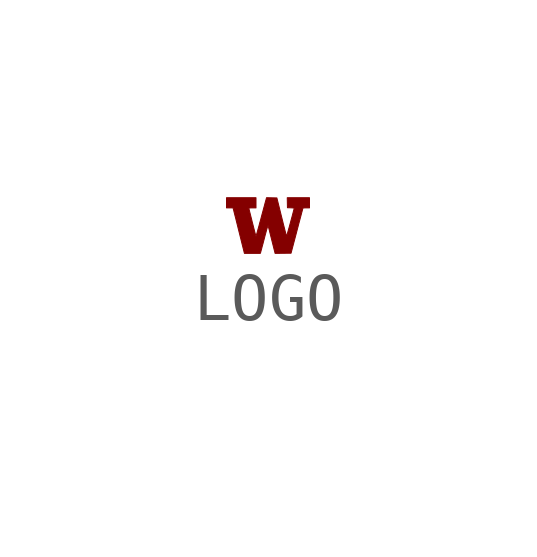
<source format=kicad_sym>
(kicad_symbol_lib
  (version 20210619)
  (generator bitmap2component)
  (symbol "LOGO"
    (pin_names
      (offset 1.016))
    (property "Reference" "#G"
      (at 0 0.199 0)
      (effects (font (size 1.27 1.27)) hide))
    (symbol "LOGO_0_0"
      (polyline (pts (xy 0.314 -0.498) (xy 0.48 -0.496) (xy 0.599 -0.045) (xy 0.6 -0.04) (xy 0.621 0.04) (xy 0.641 0.117) (xy 0.66 0.188) (xy 0.677 0.252) (xy 0.692 0.308) (xy 0.704 0.355) (xy 0.714 0.391) (xy 0.72 0.415) (xy 0.723 0.426) (xy 0.723 0.428) (xy 0.726 0.438) (xy 0.732 0.443) (xy 0.743 0.446) (xy 0.764 0.447) (xy 0.796 0.447) (xy 0.864 0.447) (xy 0.864 0.659) (xy 0.401 0.659) (xy 0.405 0.451) (xy 0.475 0.449) (xy 0.492 0.448) (xy 0.52 0.446) (xy 0.539 0.444) (xy 0.546 0.441) (xy 0.546 0.44) (xy 0.543 0.426) (xy 0.536 0.401) (xy 0.527 0.366) (xy 0.516 0.323) (xy 0.503 0.273) (xy 0.488 0.219) (xy 0.473 0.163) (xy 0.458 0.107) (xy 0.443 0.052) (xy 0.428 -0.000300) (xy 0.415 -0.047) (xy 0.404 -0.086) (xy 0.396 -0.117) (xy 0.39 -0.137) (xy 0.387 -0.144) (xy 0.386 -0.142) (xy 0.382 -0.127) (xy 0.374 -0.099) (xy 0.364 -0.061) (xy 0.351 -0.012) (xy 0.337 0.045) (xy 0.32 0.11) (xy 0.303 0.181) (xy 0.284 0.256) (xy 0.185 0.655) (xy -0.03 0.66) (xy -0.04 0.624) (xy -0.04 0.623) (xy -0.045 0.606) (xy -0.053 0.578) (xy -0.064 0.537) (xy -0.077 0.487) (xy -0.093 0.429) (xy -0.11 0.364) (xy -0.129 0.295) (xy -0.148 0.222) (xy -0.152 0.206) (xy -0.172 0.136) (xy -0.189 0.07) (xy -0.206 0.01) (xy -0.22 -0.042) (xy -0.232 -0.084) (xy -0.241 -0.116) (xy -0.247 -0.137) (xy -0.25 -0.144) (xy -0.25 -0.143) (xy -0.254 -0.133) (xy -0.26 -0.11) (xy -0.27 -0.075) (xy -0.281 -0.032) (xy -0.294 0.02) (xy -0.309 0.079) (xy -0.325 0.142) (xy -0.329 0.156) (xy -0.344 0.219) (xy -0.359 0.277) (xy -0.372 0.329) (xy -0.383 0.372) (xy -0.391 0.406) (xy -0.397 0.428) (xy -0.4 0.438) (xy -0.398 0.442) (xy -0.386 0.445) (xy -0.363 0.447) (xy -0.327 0.447) (xy -0.25 0.447) (xy -0.25 0.659) (xy -0.864 0.659) (xy -0.864 0.447) (xy -0.728 0.447) (xy -0.721 0.419) (xy -0.717 0.407) (xy -0.711 0.381) (xy -0.702 0.344) (xy -0.69 0.296) (xy -0.675 0.239) (xy -0.659 0.174) (xy -0.641 0.102) (xy -0.622 0.025) (xy -0.602 -0.055) (xy -0.491 -0.5) (xy -0.16 -0.5) (xy -0.151 -0.472) (xy -0.148 -0.459) (xy -0.141 -0.433) (xy -0.131 -0.396) (xy -0.119 -0.349) (xy -0.104 -0.296) (xy -0.089 -0.237) (xy -0.072 -0.174) (xy -0.062 -0.133) (xy -0.045 -0.071) (xy -0.032 -0.022) (xy -0.021 0.016) (xy -0.013 0.043) (xy -0.007 0.062) (xy -0.003 0.072) (xy 0.001 0.076) (xy 0.003 0.074) (xy 0.005 0.068) (xy 0.009 0.055) (xy 0.015 0.029) (xy 0.025 -0.007) (xy 0.036 -0.054) (xy 0.08 -0.229) (xy 0.148 -0.5) (xy 0.314 -0.498)) (stroke (width 0.01)) (fill (type outline))))))
</source>
